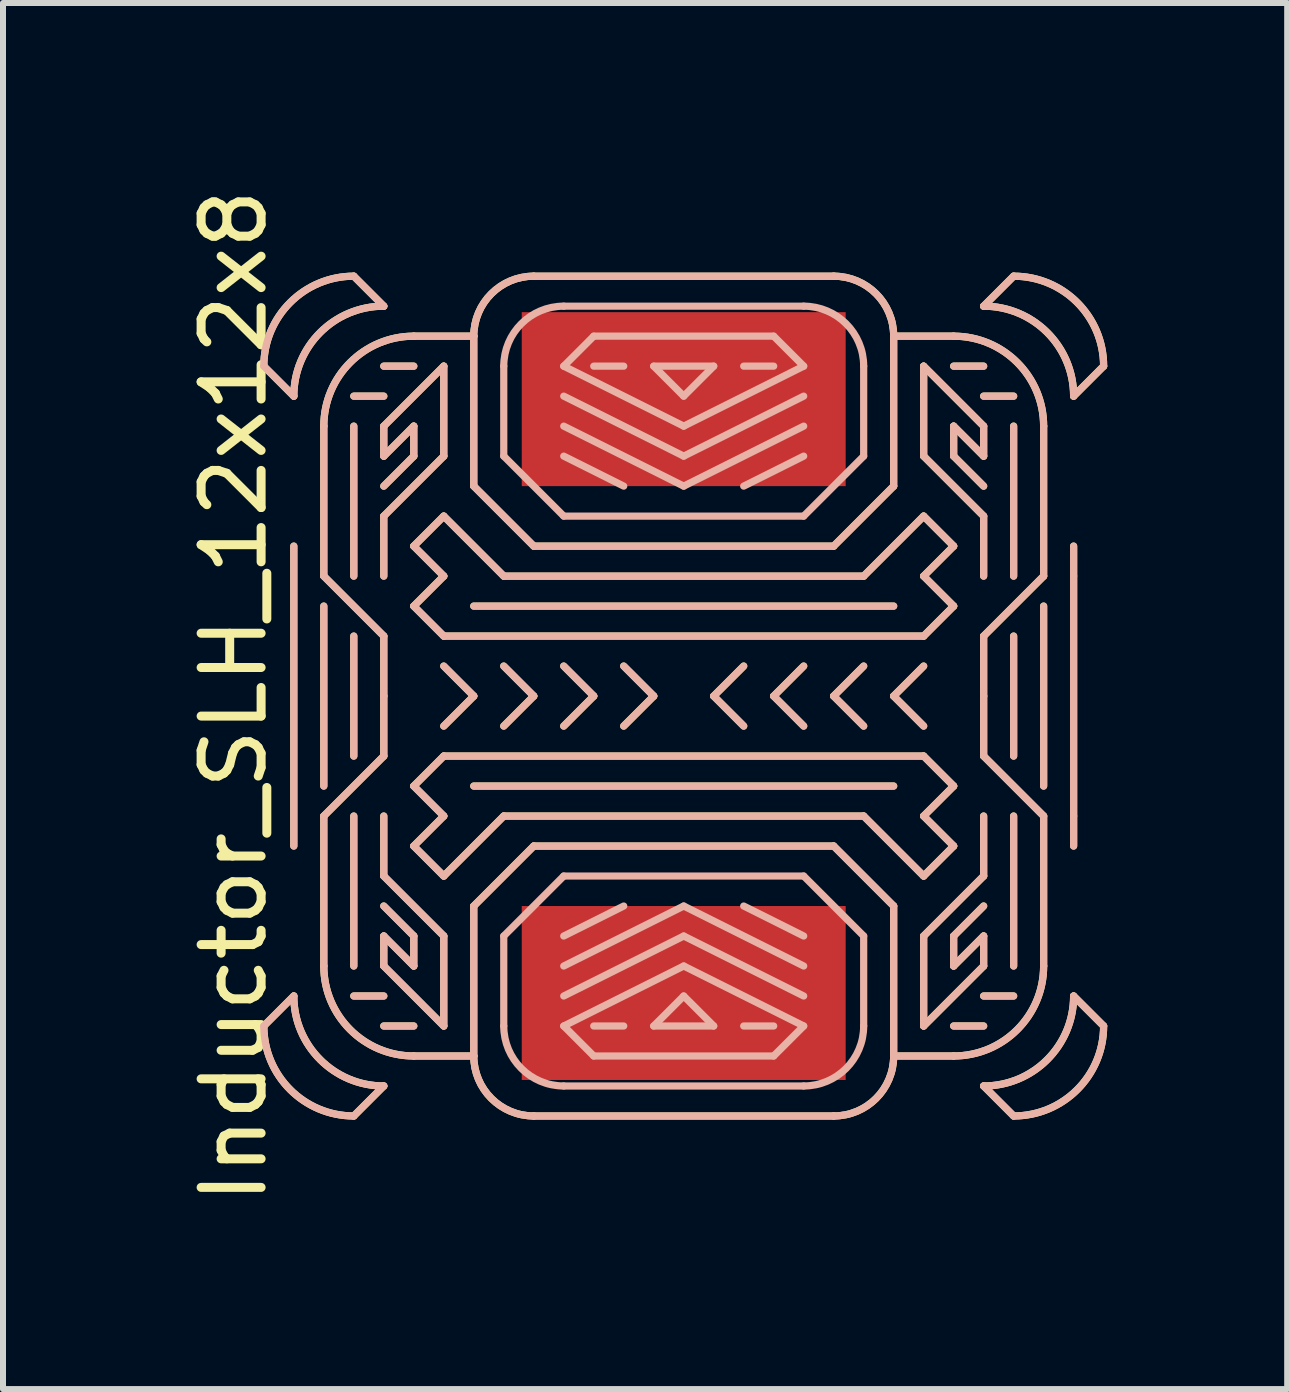
<source format=kicad_pcb>
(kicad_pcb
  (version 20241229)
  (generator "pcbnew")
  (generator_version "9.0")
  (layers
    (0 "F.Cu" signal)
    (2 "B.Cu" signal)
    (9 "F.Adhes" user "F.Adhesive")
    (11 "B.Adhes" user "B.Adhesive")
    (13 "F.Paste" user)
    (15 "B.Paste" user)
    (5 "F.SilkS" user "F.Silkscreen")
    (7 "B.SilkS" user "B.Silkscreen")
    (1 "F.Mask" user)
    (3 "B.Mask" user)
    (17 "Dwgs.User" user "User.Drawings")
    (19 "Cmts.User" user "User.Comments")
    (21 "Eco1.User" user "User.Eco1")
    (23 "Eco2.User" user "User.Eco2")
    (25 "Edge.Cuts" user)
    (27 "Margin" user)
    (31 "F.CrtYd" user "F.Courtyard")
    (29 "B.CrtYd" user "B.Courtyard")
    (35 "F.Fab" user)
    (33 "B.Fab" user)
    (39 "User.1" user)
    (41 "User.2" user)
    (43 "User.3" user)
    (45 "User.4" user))
  (footprint "Inductor_SLH_12x12x8"
    (layer "F.Cu")
    (at 8.348 8.554)
    (property "Reference" "Inductor_SLH_12x12x8" (at -7.5 0 90) (layer "F.SilkS") (effects (font (size 1 1) (thickness 0.15))))
    (attr through_hole)
    (fp_line (start -7 -5.5) (end -6.5 -5) (stroke (width 0.12) (type solid)) (layer "F.SilkS"))
    (fp_line (start -6.5 -2.5) (end -6.5 2.5) (stroke (width 0.12) (type solid)) (layer "F.SilkS"))
    (fp_line (start -6.5 5) (end -7 5.5) (stroke (width 0.12) (type solid)) (layer "F.SilkS"))
    (fp_line (start -6 -2) (end -6 -4.5) (stroke (width 0.12) (type solid)) (layer "F.SilkS"))
    (fp_line (start -6 -1.5) (end -6 1.5) (stroke (width 0.12) (type solid)) (layer "F.SilkS"))
    (fp_line (start -6 2) (end -5 1) (stroke (width 0.12) (type solid)) (layer "F.SilkS"))
    (fp_line (start -6 4.5) (end -6 2) (stroke (width 0.12) (type solid)) (layer "F.SilkS"))
    (fp_line (start -5.5 -7) (end -5 -6.5) (stroke (width 0.12) (type solid)) (layer "F.SilkS"))
    (fp_line (start -5.5 -4.5) (end -5.5 -2) (stroke (width 0.12) (type solid)) (layer "F.SilkS"))
    (fp_line (start -5.5 -1) (end -5.5 1) (stroke (width 0.12) (type solid)) (layer "F.SilkS"))
    (fp_line (start -5.5 4.5) (end -5.5 2) (stroke (width 0.12) (type solid)) (layer "F.SilkS"))
    (fp_line (start -5 -5) (end -5.5 -5) (stroke (width 0.12) (type solid)) (layer "F.SilkS"))
    (fp_line (start -5 -4.5) (end -5 -4) (stroke (width 0.12) (type solid)) (layer "F.SilkS"))
    (fp_line (start -5 -3) (end -4 -4) (stroke (width 0.12) (type solid)) (layer "F.SilkS"))
    (fp_line (start -5 -2) (end -5 -3) (stroke (width 0.12) (type solid)) (layer "F.SilkS"))
    (fp_line (start -5 -1) (end -6 -2) (stroke (width 0.12) (type solid)) (layer "F.SilkS"))
    (fp_line (start -5 0) (end -5 -1) (stroke (width 0.12) (type solid)) (layer "F.SilkS"))
    (fp_line (start -5 1) (end -5 0) (stroke (width 0.12) (type solid)) (layer "F.SilkS"))
    (fp_line (start -5 3) (end -5 2) (stroke (width 0.12) (type solid)) (layer "F.SilkS"))
    (fp_line (start -5 4.5) (end -5 4) (stroke (width 0.12) (type solid)) (layer "F.SilkS"))
    (fp_line (start -5 5) (end -5.5 5) (stroke (width 0.12) (type solid)) (layer "F.SilkS"))
    (fp_line (start -5 5.5) (end -4.5 5.5) (stroke (width 0.12) (type solid)) (layer "F.SilkS"))
    (fp_line (start -5 6.5) (end -5.5 7) (stroke (width 0.12) (type solid)) (layer "F.SilkS"))
    (fp_line (start -4.5 -6) (end -3.5 -6) (stroke (width 0.12) (type solid)) (layer "F.SilkS"))
    (fp_line (start -4.5 -5.5) (end -5 -5.5) (stroke (width 0.12) (type solid)) (layer "F.SilkS"))
    (fp_line (start -4.5 -4.5) (end -5 -4) (stroke (width 0.12) (type solid)) (layer "F.SilkS"))
    (fp_line (start -4.5 -4.5) (end -4.5 -4) (stroke (width 0.12) (type solid)) (layer "F.SilkS"))
    (fp_line (start -4.5 -4) (end -5 -3.5) (stroke (width 0.12) (type solid)) (layer "F.SilkS"))
    (fp_line (start -4.5 -2.5) (end -4 -2) (stroke (width 0.12) (type solid)) (layer "F.SilkS"))
    (fp_line (start -4.5 -1.5) (end -4 -1) (stroke (width 0.12) (type solid)) (layer "F.SilkS"))
    (fp_line (start -4.5 2.5) (end -4 2) (stroke (width 0.12) (type solid)) (layer "F.SilkS"))
    (fp_line (start -4.5 4) (end -5 3.5) (stroke (width 0.12) (type solid)) (layer "F.SilkS"))
    (fp_line (start -4.5 4.5) (end -5 4) (stroke (width 0.12) (type solid)) (layer "F.SilkS"))
    (fp_line (start -4.5 4.5) (end -4.5 4) (stroke (width 0.12) (type solid)) (layer "F.SilkS"))
    (fp_line (start -4 -5.5) (end -5 -4.5) (stroke (width 0.12) (type solid)) (layer "F.SilkS"))
    (fp_line (start -4 -4) (end -4 -5.5) (stroke (width 0.12) (type solid)) (layer "F.SilkS"))
    (fp_line (start -4 -3) (end -4.5 -2.5) (stroke (width 0.12) (type solid)) (layer "F.SilkS"))
    (fp_line (start -4 -2) (end -4.5 -1.5) (stroke (width 0.12) (type solid)) (layer "F.SilkS"))
    (fp_line (start -4 -1) (end 4 -1) (stroke (width 0.12) (type solid)) (layer "F.SilkS"))
    (fp_line (start -4 0.5) (end -3.5 0) (stroke (width 0.12) (type solid)) (layer "F.SilkS"))
    (fp_line (start -4 1) (end -4.5 1.5) (stroke (width 0.12) (type solid)) (layer "F.SilkS"))
    (fp_line (start -4 2) (end -4.5 1.5) (stroke (width 0.12) (type solid)) (layer "F.SilkS"))
    (fp_line (start -4 3) (end -4.5 2.5) (stroke (width 0.12) (type solid)) (layer "F.SilkS"))
    (fp_line (start -4 3) (end -3 2) (stroke (width 0.12) (type solid)) (layer "F.SilkS"))
    (fp_line (start -4 4) (end -5 3) (stroke (width 0.12) (type solid)) (layer "F.SilkS"))
    (fp_line (start -4 5.5) (end -5 4.5) (stroke (width 0.12) (type solid)) (layer "F.SilkS"))
    (fp_line (start -4 5.5) (end -4 4) (stroke (width 0.12) (type solid)) (layer "F.SilkS"))
    (fp_line (start -3.5 -6) (end -3.5 -3.5) (stroke (width 0.12) (type solid)) (layer "F.SilkS"))
    (fp_line (start -3.5 -3.5) (end -2.5 -2.5) (stroke (width 0.12) (type solid)) (layer "F.SilkS"))
    (fp_line (start -3.5 -1.5) (end 3.5 -1.5) (stroke (width 0.12) (type solid)) (layer "F.SilkS"))
    (fp_line (start -3.5 0) (end -4 -0.5) (stroke (width 0.12) (type solid)) (layer "F.SilkS"))
    (fp_line (start -3.5 3.5) (end -3.5 6) (stroke (width 0.12) (type solid)) (layer "F.SilkS"))
    (fp_line (start -3.5 6) (end -4.5 6) (stroke (width 0.12) (type solid)) (layer "F.SilkS"))
    (fp_line (start -3 -2) (end -4 -3) (stroke (width 0.12) (type solid)) (layer "F.SilkS"))
    (fp_line (start -3 -0.5) (end -2.5 0) (stroke (width 0.12) (type solid)) (layer "F.SilkS"))
    (fp_line (start -3 2) (end 3 2) (stroke (width 0.12) (type solid)) (layer "F.SilkS"))
    (fp_line (start -2.5 -7) (end 2.5 -7) (stroke (width 0.12) (type solid)) (layer "F.SilkS"))
    (fp_line (start -2.5 -2.5) (end 2.5 -2.5) (stroke (width 0.12) (type solid)) (layer "F.SilkS"))
    (fp_line (start -2.5 0) (end -3 0.5) (stroke (width 0.12) (type solid)) (layer "F.SilkS"))
    (fp_line (start -2.5 2.5) (end -3.5 3.5) (stroke (width 0.12) (type solid)) (layer "F.SilkS"))
    (fp_line (start -2 -0.5) (end -1.5 0) (stroke (width 0.12) (type solid)) (layer "F.SilkS"))
    (fp_line (start -1.5 0) (end -2 0.5) (stroke (width 0.12) (type solid)) (layer "F.SilkS"))
    (fp_line (start -1 -0.5) (end -0.5 0) (stroke (width 0.12) (type solid)) (layer "F.SilkS"))
    (fp_line (start -0.5 0) (end -1 0.5) (stroke (width 0.12) (type solid)) (layer "F.SilkS"))
    (fp_line (start 0.5 0) (end 1 -0.5) (stroke (width 0.12) (type solid)) (layer "F.SilkS"))
    (fp_line (start 1 0.5) (end 0.5 0) (stroke (width 0.12) (type solid)) (layer "F.SilkS"))
    (fp_line (start 1.5 0) (end 2 -0.5) (stroke (width 0.12) (type solid)) (layer "F.SilkS"))
    (fp_line (start 2 0.5) (end 1.5 0) (stroke (width 0.12) (type solid)) (layer "F.SilkS"))
    (fp_line (start 2.5 -2.5) (end 3.5 -3.5) (stroke (width 0.12) (type solid)) (layer "F.SilkS"))
    (fp_line (start 2.5 0) (end 3 -0.5) (stroke (width 0.12) (type solid)) (layer "F.SilkS"))
    (fp_line (start 2.5 2.5) (end -2.5 2.5) (stroke (width 0.12) (type solid)) (layer "F.SilkS"))
    (fp_line (start 2.5 7) (end -2.5 7) (stroke (width 0.12) (type solid)) (layer "F.SilkS"))
    (fp_line (start 3 -2) (end -3 -2) (stroke (width 0.12) (type solid)) (layer "F.SilkS"))
    (fp_line (start 3 0.5) (end 2.5 0) (stroke (width 0.12) (type solid)) (layer "F.SilkS"))
    (fp_line (start 3 2) (end 4 3) (stroke (width 0.12) (type solid)) (layer "F.SilkS"))
    (fp_line (start 3.5 -6) (end 4.5 -6) (stroke (width 0.12) (type solid)) (layer "F.SilkS"))
    (fp_line (start 3.5 -3.5) (end 3.5 -6) (stroke (width 0.12) (type solid)) (layer "F.SilkS"))
    (fp_line (start 3.5 0) (end 4 0.5) (stroke (width 0.12) (type solid)) (layer "F.SilkS"))
    (fp_line (start 3.5 1.5) (end -3.5 1.5) (stroke (width 0.12) (type solid)) (layer "F.SilkS"))
    (fp_line (start 3.5 3.5) (end 2.5 2.5) (stroke (width 0.12) (type solid)) (layer "F.SilkS"))
    (fp_line (start 3.5 6) (end 3.5 3.5) (stroke (width 0.12) (type solid)) (layer "F.SilkS"))
    (fp_line (start 4 -5.5) (end 4 -4) (stroke (width 0.12) (type solid)) (layer "F.SilkS"))
    (fp_line (start 4 -5.5) (end 5 -4.5) (stroke (width 0.12) (type solid)) (layer "F.SilkS"))
    (fp_line (start 4 -4) (end 5 -3) (stroke (width 0.12) (type solid)) (layer "F.SilkS"))
    (fp_line (start 4 -3) (end 3 -2) (stroke (width 0.12) (type solid)) (layer "F.SilkS"))
    (fp_line (start 4 -3) (end 4.5 -2.5) (stroke (width 0.12) (type solid)) (layer "F.SilkS"))
    (fp_line (start 4 -2) (end 4.5 -1.5) (stroke (width 0.12) (type solid)) (layer "F.SilkS"))
    (fp_line (start 4 -1) (end 4.5 -1.5) (stroke (width 0.12) (type solid)) (layer "F.SilkS"))
    (fp_line (start 4 -0.5) (end 3.5 0) (stroke (width 0.12) (type solid)) (layer "F.SilkS"))
    (fp_line (start 4 1) (end -4 1) (stroke (width 0.12) (type solid)) (layer "F.SilkS"))
    (fp_line (start 4 2) (end 4.5 1.5) (stroke (width 0.12) (type solid)) (layer "F.SilkS"))
    (fp_line (start 4 3) (end 4.5 2.5) (stroke (width 0.12) (type solid)) (layer "F.SilkS"))
    (fp_line (start 4 4) (end 4 5.5) (stroke (width 0.12) (type solid)) (layer "F.SilkS"))
    (fp_line (start 4 5.5) (end 5 4.5) (stroke (width 0.12) (type solid)) (layer "F.SilkS"))
    (fp_line (start 4.5 -4.5) (end 4.5 -4) (stroke (width 0.12) (type solid)) (layer "F.SilkS"))
    (fp_line (start 4.5 -4.5) (end 5 -4) (stroke (width 0.12) (type solid)) (layer "F.SilkS"))
    (fp_line (start 4.5 -4) (end 5 -3.5) (stroke (width 0.12) (type solid)) (layer "F.SilkS"))
    (fp_line (start 4.5 -2.5) (end 4 -2) (stroke (width 0.12) (type solid)) (layer "F.SilkS"))
    (fp_line (start 4.5 1.5) (end 4 1) (stroke (width 0.12) (type solid)) (layer "F.SilkS"))
    (fp_line (start 4.5 2.5) (end 4 2) (stroke (width 0.12) (type solid)) (layer "F.SilkS"))
    (fp_line (start 4.5 4) (end 5 3.5) (stroke (width 0.12) (type solid)) (layer "F.SilkS"))
    (fp_line (start 4.5 4.5) (end 4.5 4) (stroke (width 0.12) (type solid)) (layer "F.SilkS"))
    (fp_line (start 4.5 4.5) (end 5 4) (stroke (width 0.12) (type solid)) (layer "F.SilkS"))
    (fp_line (start 4.5 5.5) (end 5 5.5) (stroke (width 0.12) (type solid)) (layer "F.SilkS"))
    (fp_line (start 4.5 6) (end 3.5 6) (stroke (width 0.12) (type solid)) (layer "F.SilkS"))
    (fp_line (start 5 -5.5) (end 4.5 -5.5) (stroke (width 0.12) (type solid)) (layer "F.SilkS"))
    (fp_line (start 5 -5) (end 5.5 -5) (stroke (width 0.12) (type solid)) (layer "F.SilkS"))
    (fp_line (start 5 -4.5) (end 5 -4) (stroke (width 0.12) (type solid)) (layer "F.SilkS"))
    (fp_line (start 5 -3) (end 5 -2) (stroke (width 0.12) (type solid)) (layer "F.SilkS"))
    (fp_line (start 5 -1) (end 5 0) (stroke (width 0.12) (type solid)) (layer "F.SilkS"))
    (fp_line (start 5 0) (end 5 1) (stroke (width 0.12) (type solid)) (layer "F.SilkS"))
    (fp_line (start 5 1) (end 6 2) (stroke (width 0.12) (type solid)) (layer "F.SilkS"))
    (fp_line (start 5 2) (end 5 3) (stroke (width 0.12) (type solid)) (layer "F.SilkS"))
    (fp_line (start 5 3) (end 4 4) (stroke (width 0.12) (type solid)) (layer "F.SilkS"))
    (fp_line (start 5 4.5) (end 5 4) (stroke (width 0.12) (type solid)) (layer "F.SilkS"))
    (fp_line (start 5 5) (end 5.5 5) (stroke (width 0.12) (type solid)) (layer "F.SilkS"))
    (fp_line (start 5 6.5) (end 5.5 7) (stroke (width 0.12) (type solid)) (layer "F.SilkS"))
    (fp_line (start 5.5 -7) (end 5 -6.5) (stroke (width 0.12) (type solid)) (layer "F.SilkS"))
    (fp_line (start 5.5 -4.5) (end 5.5 -2) (stroke (width 0.12) (type solid)) (layer "F.SilkS"))
    (fp_line (start 5.5 1) (end 5.5 -1) (stroke (width 0.12) (type solid)) (layer "F.SilkS"))
    (fp_line (start 5.5 4.5) (end 5.5 2) (stroke (width 0.12) (type solid)) (layer "F.SilkS"))
    (fp_line (start 6 -4.5) (end 6 -2) (stroke (width 0.12) (type solid)) (layer "F.SilkS"))
    (fp_line (start 6 -2) (end 5 -1) (stroke (width 0.12) (type solid)) (layer "F.SilkS"))
    (fp_line (start 6 -1.5) (end 6 1.5) (stroke (width 0.12) (type solid)) (layer "F.SilkS"))
    (fp_line (start 6 2) (end 6 4.5) (stroke (width 0.12) (type solid)) (layer "F.SilkS"))
    (fp_line (start 6.5 -5) (end 7 -5.5) (stroke (width 0.12) (type solid)) (layer "F.SilkS"))
    (fp_line (start 6.5 -2.5) (end 6.5 2) (stroke (width 0.12) (type solid)) (layer "F.SilkS"))
    (fp_line (start 6.5 2) (end 6.5 2.5) (stroke (width 0.12) (type solid)) (layer "F.SilkS"))
    (fp_line (start 6.5 5) (end 7 5.5) (stroke (width 0.12) (type solid)) (layer "F.SilkS"))
    (fp_arc (start -7 -5.5) (mid -6.56066 -6.56066) (end -5.5 -7) (stroke (width 0.12) (type solid)) (layer "F.SilkS"))
    (fp_arc (start -6.5 -5) (mid -6.06066 -6.06066) (end -5 -6.5) (stroke (width 0.12) (type solid)) (layer "F.SilkS"))
    (fp_arc (start -6 -4.5) (mid -5.56066 -5.56066) (end -4.5 -6) (stroke (width 0.12) (type solid)) (layer "F.SilkS"))
    (fp_arc (start -5.5 7) (mid -6.56066 6.56066) (end -7 5.5) (stroke (width 0.12) (type solid)) (layer "F.SilkS"))
    (fp_arc (start -5 6.5) (mid -6.06066 6.06066) (end -6.5 5) (stroke (width 0.12) (type solid)) (layer "F.SilkS"))
    (fp_arc (start -4.5 6) (mid -5.56066 5.56066) (end -6 4.5) (stroke (width 0.12) (type solid)) (layer "F.SilkS"))
    (fp_arc (start -3.5 -6) (mid -3.207107 -6.707107) (end -2.5 -7) (stroke (width 0.12) (type solid)) (layer "F.SilkS"))
    (fp_arc (start -2.5 7) (mid -3.207107 6.707107) (end -3.5 6) (stroke (width 0.12) (type solid)) (layer "F.SilkS"))
    (fp_arc (start 2.5 -7) (mid 3.207107 -6.707107) (end 3.5 -6) (stroke (width 0.12) (type solid)) (layer "F.SilkS"))
    (fp_arc (start 3.5 6) (mid 3.207107 6.707107) (end 2.5 7) (stroke (width 0.12) (type solid)) (layer "F.SilkS"))
    (fp_arc (start 4.5 -6) (mid 5.56066 -5.56066) (end 6 -4.5) (stroke (width 0.12) (type solid)) (layer "F.SilkS"))
    (fp_arc (start 5 -6.5) (mid 6.06066 -6.06066) (end 6.5 -5) (stroke (width 0.12) (type solid)) (layer "F.SilkS"))
    (fp_arc (start 5.5 -7) (mid 6.56066 -6.56066) (end 7 -5.5) (stroke (width 0.12) (type solid)) (layer "F.SilkS"))
    (fp_arc (start 6 4.5) (mid 5.56066 5.56066) (end 4.5 6) (stroke (width 0.12) (type solid)) (layer "F.SilkS"))
    (fp_arc (start 6.5 5) (mid 6.06066 6.06066) (end 5 6.5) (stroke (width 0.12) (type solid)) (layer "F.SilkS"))
    (fp_arc (start 7 5.5) (mid 6.56066 6.56066) (end 5.5 7) (stroke (width 0.12) (type solid)) (layer "F.SilkS"))
    (fp_line (start -7 5.5) (end -6.5 5) (stroke (width 0.12) (type solid)) (layer "B.SilkS"))
    (fp_line (start -6.5 -5) (end -7 -5.5) (stroke (width 0.12) (type solid)) (layer "B.SilkS"))
    (fp_line (start -6.5 2.5) (end -6.5 -2.5) (stroke (width 0.12) (type solid)) (layer "B.SilkS"))
    (fp_line (start -6 -4.5) (end -6 -2) (stroke (width 0.12) (type solid)) (layer "B.SilkS"))
    (fp_line (start -6 -2) (end -5 -1) (stroke (width 0.12) (type solid)) (layer "B.SilkS"))
    (fp_line (start -6 1.5) (end -6 -1.5) (stroke (width 0.12) (type solid)) (layer "B.SilkS"))
    (fp_line (start -6 2) (end -6 4.5) (stroke (width 0.12) (type solid)) (layer "B.SilkS"))
    (fp_line (start -5.5 -4.5) (end -5.5 -2) (stroke (width 0.12) (type solid)) (layer "B.SilkS"))
    (fp_line (start -5.5 1) (end -5.5 -1) (stroke (width 0.12) (type solid)) (layer "B.SilkS"))
    (fp_line (start -5.5 4.5) (end -5.5 2) (stroke (width 0.12) (type solid)) (layer "B.SilkS"))
    (fp_line (start -5.5 7) (end -5 6.5) (stroke (width 0.12) (type solid)) (layer "B.SilkS"))
    (fp_line (start -5 -6.5) (end -5.5 -7) (stroke (width 0.12) (type solid)) (layer "B.SilkS"))
    (fp_line (start -5 -5.5) (end -4.5 -5.5) (stroke (width 0.12) (type solid)) (layer "B.SilkS"))
    (fp_line (start -5 -5) (end -5.5 -5) (stroke (width 0.12) (type solid)) (layer "B.SilkS"))
    (fp_line (start -5 -4.5) (end -5 -4) (stroke (width 0.12) (type solid)) (layer "B.SilkS"))
    (fp_line (start -5 -3) (end -5 -2) (stroke (width 0.12) (type solid)) (layer "B.SilkS"))
    (fp_line (start -5 -1) (end -5 0) (stroke (width 0.12) (type solid)) (layer "B.SilkS"))
    (fp_line (start -5 0) (end -5 1) (stroke (width 0.12) (type solid)) (layer "B.SilkS"))
    (fp_line (start -5 1) (end -6 2) (stroke (width 0.12) (type solid)) (layer "B.SilkS"))
    (fp_line (start -5 2) (end -5 3) (stroke (width 0.12) (type solid)) (layer "B.SilkS"))
    (fp_line (start -5 3) (end -4 4) (stroke (width 0.12) (type solid)) (layer "B.SilkS"))
    (fp_line (start -5 4.5) (end -5 4) (stroke (width 0.12) (type solid)) (layer "B.SilkS"))
    (fp_line (start -5 5) (end -5.5 5) (stroke (width 0.12) (type solid)) (layer "B.SilkS"))
    (fp_line (start -4.5 -4.5) (end -5 -4) (stroke (width 0.12) (type solid)) (layer "B.SilkS"))
    (fp_line (start -4.5 -4.5) (end -4.5 -4) (stroke (width 0.12) (type solid)) (layer "B.SilkS"))
    (fp_line (start -4.5 -4) (end -5 -3.5) (stroke (width 0.12) (type solid)) (layer "B.SilkS"))
    (fp_line (start -4.5 -2.5) (end -4 -2) (stroke (width 0.12) (type solid)) (layer "B.SilkS"))
    (fp_line (start -4.5 1.5) (end -4 1) (stroke (width 0.12) (type solid)) (layer "B.SilkS"))
    (fp_line (start -4.5 2.5) (end -4 2) (stroke (width 0.12) (type solid)) (layer "B.SilkS"))
    (fp_line (start -4.5 4) (end -5 3.5) (stroke (width 0.12) (type solid)) (layer "B.SilkS"))
    (fp_line (start -4.5 4.5) (end -5 4) (stroke (width 0.12) (type solid)) (layer "B.SilkS"))
    (fp_line (start -4.5 4.5) (end -4.5 4) (stroke (width 0.12) (type solid)) (layer "B.SilkS"))
    (fp_line (start -4.5 5.5) (end -5 5.5) (stroke (width 0.12) (type solid)) (layer "B.SilkS"))
    (fp_line (start -4.5 6) (end -3.5 6) (stroke (width 0.12) (type solid)) (layer "B.SilkS"))
    (fp_line (start -4 -5.5) (end -5 -4.5) (stroke (width 0.12) (type solid)) (layer "B.SilkS"))
    (fp_line (start -4 -5.5) (end -4 -4) (stroke (width 0.12) (type solid)) (layer "B.SilkS"))
    (fp_line (start -4 -4) (end -5 -3) (stroke (width 0.12) (type solid)) (layer "B.SilkS"))
    (fp_line (start -4 -3) (end -4.5 -2.5) (stroke (width 0.12) (type solid)) (layer "B.SilkS"))
    (fp_line (start -4 -3) (end -3 -2) (stroke (width 0.12) (type solid)) (layer "B.SilkS"))
    (fp_line (start -4 -2) (end -4.5 -1.5) (stroke (width 0.12) (type solid)) (layer "B.SilkS"))
    (fp_line (start -4 -1) (end -4.5 -1.5) (stroke (width 0.12) (type solid)) (layer "B.SilkS"))
    (fp_line (start -4 -0.5) (end -3.5 0) (stroke (width 0.12) (type solid)) (layer "B.SilkS"))
    (fp_line (start -4 1) (end 4 1) (stroke (width 0.12) (type solid)) (layer "B.SilkS"))
    (fp_line (start -4 2) (end -4.5 1.5) (stroke (width 0.12) (type solid)) (layer "B.SilkS"))
    (fp_line (start -4 3) (end -4.5 2.5) (stroke (width 0.12) (type solid)) (layer "B.SilkS"))
    (fp_line (start -4 4) (end -4 5.5) (stroke (width 0.12) (type solid)) (layer "B.SilkS"))
    (fp_line (start -4 5.5) (end -5 4.5) (stroke (width 0.12) (type solid)) (layer "B.SilkS"))
    (fp_line (start -3.5 -6) (end -4.5 -6) (stroke (width 0.12) (type solid)) (layer "B.SilkS"))
    (fp_line (start -3.5 -3.5) (end -3.5 -6) (stroke (width 0.12) (type solid)) (layer "B.SilkS"))
    (fp_line (start -3.5 0) (end -4 0.5) (stroke (width 0.12) (type solid)) (layer "B.SilkS"))
    (fp_line (start -3.5 1.5) (end 3.5 1.5) (stroke (width 0.12) (type solid)) (layer "B.SilkS"))
    (fp_line (start -3.5 3.5) (end -2.5 2.5) (stroke (width 0.12) (type solid)) (layer "B.SilkS"))
    (fp_line (start -3.5 6) (end -3.5 3.5) (stroke (width 0.12) (type solid)) (layer "B.SilkS"))
    (fp_line (start -3 -5.5) (end -3 -4) (stroke (width 0.12) (type solid)) (layer "B.SilkS"))
    (fp_line (start -3 -4) (end -2 -3) (stroke (width 0.12) (type solid)) (layer "B.SilkS"))
    (fp_line (start -3 -2) (end 3 -2) (stroke (width 0.12) (type solid)) (layer "B.SilkS"))
    (fp_line (start -3 0.5) (end -2.5 0) (stroke (width 0.12) (type solid)) (layer "B.SilkS"))
    (fp_line (start -3 2) (end -4 3) (stroke (width 0.12) (type solid)) (layer "B.SilkS"))
    (fp_line (start -3 4) (end -3 5.5) (stroke (width 0.12) (type solid)) (layer "B.SilkS"))
    (fp_line (start -2.5 -2.5) (end -3.5 -3.5) (stroke (width 0.12) (type solid)) (layer "B.SilkS"))
    (fp_line (start -2.5 0) (end -3 -0.5) (stroke (width 0.12) (type solid)) (layer "B.SilkS"))
    (fp_line (start -2.5 2.5) (end 2.5 2.5) (stroke (width 0.12) (type solid)) (layer "B.SilkS"))
    (fp_line (start -2.5 7) (end 2.5 7) (stroke (width 0.12) (type solid)) (layer "B.SilkS"))
    (fp_line (start -2 -5.5) (end -1.5 -6) (stroke (width 0.12) (type solid)) (layer "B.SilkS"))
    (fp_line (start -2 -5) (end 0 -4) (stroke (width 0.12) (type solid)) (layer "B.SilkS"))
    (fp_line (start -2 -4) (end -1 -3.5) (stroke (width 0.12) (type solid)) (layer "B.SilkS"))
    (fp_line (start -2 -3) (end 2 -3) (stroke (width 0.12) (type solid)) (layer "B.SilkS"))
    (fp_line (start -2 0.5) (end -1.5 0) (stroke (width 0.12) (type solid)) (layer "B.SilkS"))
    (fp_line (start -2 3) (end -3 4) (stroke (width 0.12) (type solid)) (layer "B.SilkS"))
    (fp_line (start -2 4.5) (end 0 3.5) (stroke (width 0.12) (type solid)) (layer "B.SilkS"))
    (fp_line (start -2 5.5) (end 0 4.5) (stroke (width 0.12) (type solid)) (layer "B.SilkS"))
    (fp_line (start -2 6.5) (end 2 6.5) (stroke (width 0.12) (type solid)) (layer "B.SilkS"))
    (fp_line (start -1.5 -6) (end 1.5 -6) (stroke (width 0.12) (type solid)) (layer "B.SilkS"))
    (fp_line (start -1.5 0) (end -2 -0.5) (stroke (width 0.12) (type solid)) (layer "B.SilkS"))
    (fp_line (start -1.5 6) (end -2 5.5) (stroke (width 0.12) (type solid)) (layer "B.SilkS"))
    (fp_line (start -1 -5.5) (end -1.5 -5.5) (stroke (width 0.12) (type solid)) (layer "B.SilkS"))
    (fp_line (start -1 0.5) (end -0.5 0) (stroke (width 0.12) (type solid)) (layer "B.SilkS"))
    (fp_line (start -1 3.5) (end -2 4) (stroke (width 0.12) (type solid)) (layer "B.SilkS"))
    (fp_line (start -1 5.5) (end -1.5 5.5) (stroke (width 0.12) (type solid)) (layer "B.SilkS"))
    (fp_line (start -0.5 -5.5) (end 0 -5) (stroke (width 0.12) (type solid)) (layer "B.SilkS"))
    (fp_line (start -0.5 0) (end -1 -0.5) (stroke (width 0.12) (type solid)) (layer "B.SilkS"))
    (fp_line (start -0.5 5.5) (end 0.5 5.5) (stroke (width 0.12) (type solid)) (layer "B.SilkS"))
    (fp_line (start 0 -5) (end 0.5 -5.5) (stroke (width 0.12) (type solid)) (layer "B.SilkS"))
    (fp_line (start 0 -4.5) (end -2 -5.5) (stroke (width 0.12) (type solid)) (layer "B.SilkS"))
    (fp_line (start 0 -4) (end 2 -5) (stroke (width 0.12) (type solid)) (layer "B.SilkS"))
    (fp_line (start 0 -3.5) (end -2 -4.5) (stroke (width 0.12) (type solid)) (layer "B.SilkS"))
    (fp_line (start 0 3.5) (end 2 4.5) (stroke (width 0.12) (type solid)) (layer "B.SilkS"))
    (fp_line (start 0 4) (end -2 5) (stroke (width 0.12) (type solid)) (layer "B.SilkS"))
    (fp_line (start 0 4.5) (end 2 5.5) (stroke (width 0.12) (type solid)) (layer "B.SilkS"))
    (fp_line (start 0 5) (end -0.5 5.5) (stroke (width 0.12) (type solid)) (layer "B.SilkS"))
    (fp_line (start 0.5 -5.5) (end -0.5 -5.5) (stroke (width 0.12) (type solid)) (layer "B.SilkS"))
    (fp_line (start 0.5 0) (end 1 0.5) (stroke (width 0.12) (type solid)) (layer "B.SilkS"))
    (fp_line (start 0.5 5.5) (end 0 5) (stroke (width 0.12) (type solid)) (layer "B.SilkS"))
    (fp_line (start 1 -5.5) (end 1.5 -5.5) (stroke (width 0.12) (type solid)) (layer "B.SilkS"))
    (fp_line (start 1 -3.5) (end 2 -4) (stroke (width 0.12) (type solid)) (layer "B.SilkS"))
    (fp_line (start 1 -0.5) (end 0.5 0) (stroke (width 0.12) (type solid)) (layer "B.SilkS"))
    (fp_line (start 1 5.5) (end 1.5 5.5) (stroke (width 0.12) (type solid)) (layer "B.SilkS"))
    (fp_line (start 1.5 -6) (end 2 -5.5) (stroke (width 0.12) (type solid)) (layer "B.SilkS"))
    (fp_line (start 1.5 0) (end 2 0.5) (stroke (width 0.12) (type solid)) (layer "B.SilkS"))
    (fp_line (start 1.5 6) (end -1.5 6) (stroke (width 0.12) (type solid)) (layer "B.SilkS"))
    (fp_line (start 2 -6.5) (end -2 -6.5) (stroke (width 0.12) (type solid)) (layer "B.SilkS"))
    (fp_line (start 2 -5.5) (end 0 -4.5) (stroke (width 0.12) (type solid)) (layer "B.SilkS"))
    (fp_line (start 2 -4.5) (end 0 -3.5) (stroke (width 0.12) (type solid)) (layer "B.SilkS"))
    (fp_line (start 2 -3) (end 3 -4) (stroke (width 0.12) (type solid)) (layer "B.SilkS"))
    (fp_line (start 2 -0.5) (end 1.5 0) (stroke (width 0.12) (type solid)) (layer "B.SilkS"))
    (fp_line (start 2 3) (end -2 3) (stroke (width 0.12) (type solid)) (layer "B.SilkS"))
    (fp_line (start 2 4) (end 1 3.5) (stroke (width 0.12) (type solid)) (layer "B.SilkS"))
    (fp_line (start 2 5) (end 0 4) (stroke (width 0.12) (type solid)) (layer "B.SilkS"))
    (fp_line (start 2 5.5) (end 1.5 6) (stroke (width 0.12) (type solid)) (layer "B.SilkS"))
    (fp_line (start 2.5 -7) (end -2.5 -7) (stroke (width 0.12) (type solid)) (layer "B.SilkS"))
    (fp_line (start 2.5 -2.5) (end -2.5 -2.5) (stroke (width 0.12) (type solid)) (layer "B.SilkS"))
    (fp_line (start 2.5 0) (end 3 0.5) (stroke (width 0.12) (type solid)) (layer "B.SilkS"))
    (fp_line (start 2.5 2.5) (end 3.5 3.5) (stroke (width 0.12) (type solid)) (layer "B.SilkS"))
    (fp_line (start 3 -4) (end 3 -5.5) (stroke (width 0.12) (type solid)) (layer "B.SilkS"))
    (fp_line (start 3 -2) (end 4 -3) (stroke (width 0.12) (type solid)) (layer "B.SilkS"))
    (fp_line (start 3 -0.5) (end 2.5 0) (stroke (width 0.12) (type solid)) (layer "B.SilkS"))
    (fp_line (start 3 2) (end -3 2) (stroke (width 0.12) (type solid)) (layer "B.SilkS"))
    (fp_line (start 3 4) (end 2 3) (stroke (width 0.12) (type solid)) (layer "B.SilkS"))
    (fp_line (start 3 5.5) (end 3 4) (stroke (width 0.12) (type solid)) (layer "B.SilkS"))
    (fp_line (start 3.5 -6) (end 3.5 -3.5) (stroke (width 0.12) (type solid)) (layer "B.SilkS"))
    (fp_line (start 3.5 -3.5) (end 2.5 -2.5) (stroke (width 0.12) (type solid)) (layer "B.SilkS"))
    (fp_line (start 3.5 -1.5) (end -3.5 -1.5) (stroke (width 0.12) (type solid)) (layer "B.SilkS"))
    (fp_line (start 3.5 0) (end 4 -0.5) (stroke (width 0.12) (type solid)) (layer "B.SilkS"))
    (fp_line (start 3.5 3.5) (end 3.5 6) (stroke (width 0.12) (type solid)) (layer "B.SilkS"))
    (fp_line (start 3.5 6) (end 4.5 6) (stroke (width 0.12) (type solid)) (layer "B.SilkS"))
    (fp_line (start 4 -5.5) (end 5 -4.5) (stroke (width 0.12) (type solid)) (layer "B.SilkS"))
    (fp_line (start 4 -4) (end 4 -5.5) (stroke (width 0.12) (type solid)) (layer "B.SilkS"))
    (fp_line (start 4 -3) (end 4.5 -2.5) (stroke (width 0.12) (type solid)) (layer "B.SilkS"))
    (fp_line (start 4 -2) (end 4.5 -1.5) (stroke (width 0.12) (type solid)) (layer "B.SilkS"))
    (fp_line (start 4 -1) (end -4 -1) (stroke (width 0.12) (type solid)) (layer "B.SilkS"))
    (fp_line (start 4 0.5) (end 3.5 0) (stroke (width 0.12) (type solid)) (layer "B.SilkS"))
    (fp_line (start 4 1) (end 4.5 1.5) (stroke (width 0.12) (type solid)) (layer "B.SilkS"))
    (fp_line (start 4 2) (end 4.5 1.5) (stroke (width 0.12) (type solid)) (layer "B.SilkS"))
    (fp_line (start 4 3) (end 3 2) (stroke (width 0.12) (type solid)) (layer "B.SilkS"))
    (fp_line (start 4 3) (end 4.5 2.5) (stroke (width 0.12) (type solid)) (layer "B.SilkS"))
    (fp_line (start 4 4) (end 5 3) (stroke (width 0.12) (type solid)) (layer "B.SilkS"))
    (fp_line (start 4 5.5) (end 4 4) (stroke (width 0.12) (type solid)) (layer "B.SilkS"))
    (fp_line (start 4 5.5) (end 5 4.5) (stroke (width 0.12) (type solid)) (layer "B.SilkS"))
    (fp_line (start 4.5 -6) (end 3.5 -6) (stroke (width 0.12) (type solid)) (layer "B.SilkS"))
    (fp_line (start 4.5 -5.5) (end 5 -5.5) (stroke (width 0.12) (type solid)) (layer "B.SilkS"))
    (fp_line (start 4.5 -4.5) (end 4.5 -4) (stroke (width 0.12) (type solid)) (layer "B.SilkS"))
    (fp_line (start 4.5 -4.5) (end 5 -4) (stroke (width 0.12) (type solid)) (layer "B.SilkS"))
    (fp_line (start 4.5 -4) (end 5 -3.5) (stroke (width 0.12) (type solid)) (layer "B.SilkS"))
    (fp_line (start 4.5 -2.5) (end 4 -2) (stroke (width 0.12) (type solid)) (layer "B.SilkS"))
    (fp_line (start 4.5 -1.5) (end 4 -1) (stroke (width 0.12) (type solid)) (layer "B.SilkS"))
    (fp_line (start 4.5 2.5) (end 4 2) (stroke (width 0.12) (type solid)) (layer "B.SilkS"))
    (fp_line (start 4.5 4) (end 5 3.5) (stroke (width 0.12) (type solid)) (layer "B.SilkS"))
    (fp_line (start 4.5 4.5) (end 4.5 4) (stroke (width 0.12) (type solid)) (layer "B.SilkS"))
    (fp_line (start 4.5 4.5) (end 5 4) (stroke (width 0.12) (type solid)) (layer "B.SilkS"))
    (fp_line (start 5 -6.5) (end 5.5 -7) (stroke (width 0.12) (type solid)) (layer "B.SilkS"))
    (fp_line (start 5 -5) (end 5.5 -5) (stroke (width 0.12) (type solid)) (layer "B.SilkS"))
    (fp_line (start 5 -4.5) (end 5 -4) (stroke (width 0.12) (type solid)) (layer "B.SilkS"))
    (fp_line (start 5 -3) (end 4 -4) (stroke (width 0.12) (type solid)) (layer "B.SilkS"))
    (fp_line (start 5 -2) (end 5 -3) (stroke (width 0.12) (type solid)) (layer "B.SilkS"))
    (fp_line (start 5 -1) (end 6 -2) (stroke (width 0.12) (type solid)) (layer "B.SilkS"))
    (fp_line (start 5 0) (end 5 -1) (stroke (width 0.12) (type solid)) (layer "B.SilkS"))
    (fp_line (start 5 1) (end 5 0) (stroke (width 0.12) (type solid)) (layer "B.SilkS"))
    (fp_line (start 5 3) (end 5 2) (stroke (width 0.12) (type solid)) (layer "B.SilkS"))
    (fp_line (start 5 4.5) (end 5 4) (stroke (width 0.12) (type solid)) (layer "B.SilkS"))
    (fp_line (start 5 5) (end 5.5 5) (stroke (width 0.12) (type solid)) (layer "B.SilkS"))
    (fp_line (start 5 5.5) (end 4.5 5.5) (stroke (width 0.12) (type solid)) (layer "B.SilkS"))
    (fp_line (start 5.5 -4.5) (end 5.5 -2) (stroke (width 0.12) (type solid)) (layer "B.SilkS"))
    (fp_line (start 5.5 -1) (end 5.5 1) (stroke (width 0.12) (type solid)) (layer "B.SilkS"))
    (fp_line (start 5.5 4.5) (end 5.5 2) (stroke (width 0.12) (type solid)) (layer "B.SilkS"))
    (fp_line (start 5.5 7) (end 5 6.5) (stroke (width 0.12) (type solid)) (layer "B.SilkS"))
    (fp_line (start 6 -2) (end 6 -4.5) (stroke (width 0.12) (type solid)) (layer "B.SilkS"))
    (fp_line (start 6 1.5) (end 6 -1.5) (stroke (width 0.12) (type solid)) (layer "B.SilkS"))
    (fp_line (start 6 2) (end 5 1) (stroke (width 0.12) (type solid)) (layer "B.SilkS"))
    (fp_line (start 6 4.5) (end 6 2) (stroke (width 0.12) (type solid)) (layer "B.SilkS"))
    (fp_line (start 6.5 -5) (end 7 -5.5) (stroke (width 0.12) (type solid)) (layer "B.SilkS"))
    (fp_line (start 6.5 -2) (end 6.5 -2.5) (stroke (width 0.12) (type solid)) (layer "B.SilkS"))
    (fp_line (start 6.5 2.5) (end 6.5 -2) (stroke (width 0.12) (type solid)) (layer "B.SilkS"))
    (fp_line (start 6.5 5) (end 7 5.5) (stroke (width 0.12) (type solid)) (layer "B.SilkS"))
    (fp_arc (start -7 -5.5) (mid -6.56066 -6.56066) (end -5.5 -7) (stroke (width 0.12) (type solid)) (layer "B.SilkS"))
    (fp_arc (start -6.5 -5) (mid -6.06066 -6.06066) (end -5 -6.5) (stroke (width 0.12) (type solid)) (layer "B.SilkS"))
    (fp_arc (start -6 -4.5) (mid -5.56066 -5.56066) (end -4.5 -6) (stroke (width 0.12) (type solid)) (layer "B.SilkS"))
    (fp_arc (start -5.5 7) (mid -6.56066 6.56066) (end -7 5.5) (stroke (width 0.12) (type solid)) (layer "B.SilkS"))
    (fp_arc (start -5 6.5) (mid -6.06066 6.06066) (end -6.5 5) (stroke (width 0.12) (type solid)) (layer "B.SilkS"))
    (fp_arc (start -4.5 6) (mid -5.56066 5.56066) (end -6 4.5) (stroke (width 0.12) (type solid)) (layer "B.SilkS"))
    (fp_arc (start -3.5 -6) (mid -3.207107 -6.707107) (end -2.5 -7) (stroke (width 0.12) (type solid)) (layer "B.SilkS"))
    (fp_arc (start -3 -5.5) (mid -2.707107 -6.207107) (end -2 -6.5) (stroke (width 0.12) (type solid)) (layer "B.SilkS"))
    (fp_arc (start -2.5 7) (mid -3.207107 6.707107) (end -3.5 6) (stroke (width 0.12) (type solid)) (layer "B.SilkS"))
    (fp_arc (start -2 6.5) (mid -2.707107 6.207107) (end -3 5.5) (stroke (width 0.12) (type solid)) (layer "B.SilkS"))
    (fp_arc (start 2 -6.5) (mid 2.707107 -6.207107) (end 3 -5.5) (stroke (width 0.12) (type solid)) (layer "B.SilkS"))
    (fp_arc (start 2.5 -7) (mid 3.207107 -6.707107) (end 3.5 -6) (stroke (width 0.12) (type solid)) (layer "B.SilkS"))
    (fp_arc (start 3 5.5) (mid 2.707107 6.207107) (end 2 6.5) (stroke (width 0.12) (type solid)) (layer "B.SilkS"))
    (fp_arc (start 3.5 6) (mid 3.207107 6.707107) (end 2.5 7) (stroke (width 0.12) (type solid)) (layer "B.SilkS"))
    (fp_arc (start 4.5 -6) (mid 5.56066 -5.56066) (end 6 -4.5) (stroke (width 0.12) (type solid)) (layer "B.SilkS"))
    (fp_arc (start 5 -6.5) (mid 6.06066 -6.06066) (end 6.5 -5) (stroke (width 0.12) (type solid)) (layer "B.SilkS"))
    (fp_arc (start 5.5 -7) (mid 6.56066 -6.56066) (end 7 -5.5) (stroke (width 0.12) (type solid)) (layer "B.SilkS"))
    (fp_arc (start 6 4.5) (mid 5.56066 5.56066) (end 4.5 6) (stroke (width 0.12) (type solid)) (layer "B.SilkS"))
    (fp_arc (start 6.5 5) (mid 6.06066 6.06066) (end 5 6.5) (stroke (width 0.12) (type solid)) (layer "B.SilkS"))
    (fp_arc (start 7 5.5) (mid 6.56066 6.56066) (end 5.5 7) (stroke (width 0.12) (type solid)) (layer "B.SilkS"))
    (pad "1" smd rect (at 0 -4.95) (size 5.4 2.9) (layers "F.Cu" "F.Mask" "F.Paste"))
    (pad "2" smd rect (at 0 4.95) (size 5.4 2.9) (layers "F.Cu" "F.Mask" "F.Paste")))
  (gr_rect
    (start -3 -3)
    (end 18.408 20.107)
    (stroke (width 0.1) (type default))
    (fill no)
    (layer "Edge.Cuts")))
</source>
